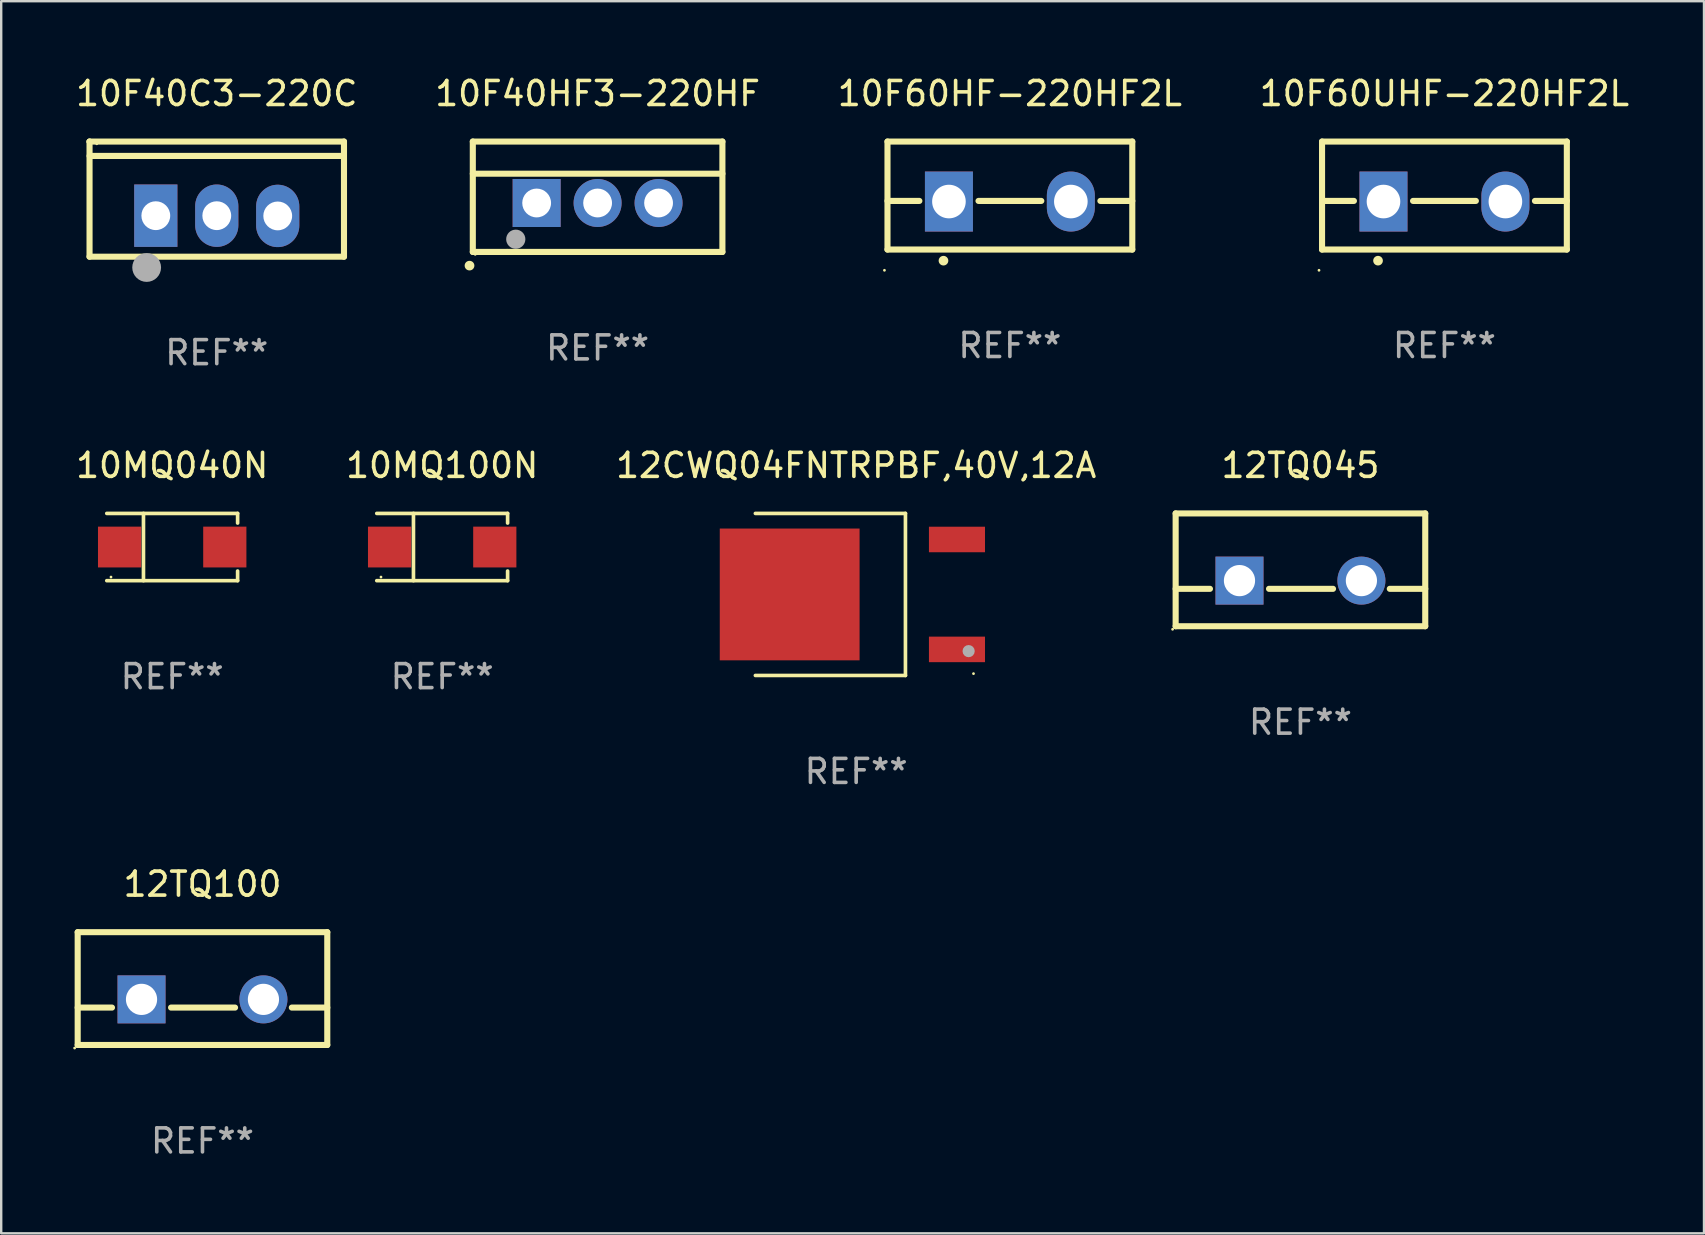
<source format=kicad_pcb>
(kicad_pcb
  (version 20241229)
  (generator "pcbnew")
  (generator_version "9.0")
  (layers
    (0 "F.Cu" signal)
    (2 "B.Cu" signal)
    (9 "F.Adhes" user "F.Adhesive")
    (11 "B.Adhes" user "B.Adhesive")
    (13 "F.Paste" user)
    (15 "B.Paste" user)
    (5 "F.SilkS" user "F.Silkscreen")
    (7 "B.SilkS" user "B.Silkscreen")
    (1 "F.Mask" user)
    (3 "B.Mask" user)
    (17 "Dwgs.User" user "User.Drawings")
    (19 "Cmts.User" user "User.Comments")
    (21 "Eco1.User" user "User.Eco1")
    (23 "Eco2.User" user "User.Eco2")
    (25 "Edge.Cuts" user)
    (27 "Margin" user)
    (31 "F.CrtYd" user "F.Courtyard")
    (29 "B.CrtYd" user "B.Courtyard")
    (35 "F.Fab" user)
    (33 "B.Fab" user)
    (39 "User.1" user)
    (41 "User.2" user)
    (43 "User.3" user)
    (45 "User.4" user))
  (footprint "10MQ100N"
    (layer "F.Cu")
    (at 15.375 19.744)
    (property "Reference" "10MQ100N" (at 0 -3.401 0) (layer "F.SilkS") (effects (font (size 1 1) (thickness 0.15))))
    (attr through_hole)
    (fp_line (start -2.726 -1.401) (end 2.726 -1.401) (stroke (width 0.152) (type solid)) (layer "F.SilkS"))
    (fp_line (start -2.726 1.401) (end 2.726 1.401) (stroke (width 0.152) (type solid)) (layer "F.SilkS"))
    (fp_line (start -1.197 -1.401) (end -1.197 1.401) (stroke (width 0.152) (type solid)) (layer "F.SilkS"))
    (fp_line (start 2.726 -1.401) (end 2.726 -1) (stroke (width 0.152) (type solid)) (layer "F.SilkS"))
    (fp_line (start 2.726 1.401) (end 2.726 1) (stroke (width 0.152) (type solid)) (layer "F.SilkS"))
    (fp_circle (center -2.55 1.25) (end -2.52 1.25) (stroke (width 0.06) (type solid)) (fill no) (layer "F.SilkS"))
    (fp_text user "REF**" (at 0 5.401 0) (layer "F.Fab") (effects (font (size 1 1) (thickness 0.15))))
    (pad "1" smd rect (at -2.192 0) (size 1.8 1.7) (layers "F.Cu" "F.Mask" "F.Paste"))
    (pad "2" smd rect (at 2.192 0) (size 1.8 1.7) (layers "F.Cu" "F.Mask" "F.Paste")))
  (footprint "10MQ040N"
    (layer "F.Cu")
    (at 4.125 19.744)
    (property "Reference" "10MQ040N" (at 0 -3.401 0) (layer "F.SilkS") (effects (font (size 1 1) (thickness 0.15))))
    (attr through_hole)
    (fp_line (start -2.726 -1.401) (end 2.726 -1.401) (stroke (width 0.152) (type solid)) (layer "F.SilkS"))
    (fp_line (start -2.726 1.401) (end 2.726 1.401) (stroke (width 0.152) (type solid)) (layer "F.SilkS"))
    (fp_line (start -1.197 -1.401) (end -1.197 1.401) (stroke (width 0.152) (type solid)) (layer "F.SilkS"))
    (fp_line (start 2.726 -1.401) (end 2.726 -1) (stroke (width 0.152) (type solid)) (layer "F.SilkS"))
    (fp_line (start 2.726 1.401) (end 2.726 1) (stroke (width 0.152) (type solid)) (layer "F.SilkS"))
    (fp_circle (center -2.55 1.25) (end -2.52 1.25) (stroke (width 0.06) (type solid)) (fill no) (layer "F.SilkS"))
    (fp_text user "REF**" (at 0 5.401 0) (layer "F.Fab") (effects (font (size 1 1) (thickness 0.15))))
    (pad "1" smd rect (at -2.192 0) (size 1.8 1.7) (layers "F.Cu" "F.Mask" "F.Paste"))
    (pad "2" smd rect (at 2.192 0) (size 1.8 1.7) (layers "F.Cu" "F.Mask" "F.Paste")))
  (footprint "10F40HF3-220HF"
    (layer "F.Cu")
    (at 21.851 5.148)
    (property "Reference" "10F40HF3-220HF" (at 0 -4.3 0) (layer "F.SilkS") (effects (font (size 1 1) (thickness 0.15))))
    (attr through_hole)
    (fp_line (start -5.2 -2.3) (end -5.2 2.3) (stroke (width 0.254) (type solid)) (layer "F.SilkS"))
    (fp_line (start -5.2 -0.961) (end 5.2 -0.961) (stroke (width 0.254) (type solid)) (layer "F.SilkS"))
    (fp_line (start -5.2 2.3) (end -3.768 2.3) (stroke (width 0.254) (type solid)) (layer "F.SilkS"))
    (fp_line (start -3.768 2.3) (end 5.2 2.3) (stroke (width 0.254) (type solid)) (layer "F.SilkS"))
    (fp_line (start 5.2 -2.3) (end -5.2 -2.3) (stroke (width 0.254) (type solid)) (layer "F.SilkS"))
    (fp_line (start 5.2 -2.3) (end 5.2 2.3) (stroke (width 0.254) (type solid)) (layer "F.SilkS"))
    (fp_arc (start -5.340005 2.870003) (mid -5.337465 2.869987) (end -5.334925 2.870003) (stroke (width 0.4) (type solid)) (layer "F.SilkS"))
    (fp_circle (center -5.1 2.4) (end -5.07 2.4) (stroke (width 0.06) (type solid)) (fill no) (layer "F.SilkS"))
    (fp_circle (center -3.41 1.77) (end -3.21 1.77) (stroke (width 0.4) (type solid)) (fill no) (layer "F.Fab"))
    (fp_text user "REF**" (at 0 6.3 0) (layer "F.Fab") (effects (font (size 1 1) (thickness 0.15))))
    (pad "1" thru_hole rect (at -2.54 0.26) (size 2 2) (drill 1.2) (layers "*.Cu" "*.Mask"))
    (pad "2" thru_hole circle (at 0 0.26) (size 2 2) (drill 1.2) (layers "*.Cu" "*.Mask"))
    (pad "3" thru_hole circle (at 2.54 0.26) (size 2 2) (drill 1.2) (layers "*.Cu" "*.Mask")))
  (footprint "12TQ100"
    (layer "F.Cu")
    (at 5.387 38.142)
    (property "Reference" "12TQ100" (at 0 -4.35 0) (layer "F.SilkS") (effects (font (size 1 1) (thickness 0.15))))
    (attr through_hole)
    (fp_line (start -5.2 -2.35) (end -5.2 2.35) (stroke (width 0.254) (type solid)) (layer "F.SilkS"))
    (fp_line (start -5.2 -2.35) (end 5.2 -2.35) (stroke (width 0.254) (type solid)) (layer "F.SilkS"))
    (fp_line (start -5.2 0.792) (end -3.771 0.792) (stroke (width 0.254) (type solid)) (layer "F.SilkS"))
    (fp_line (start -5.2 2.35) (end 5.2 2.35) (stroke (width 0.254) (type solid)) (layer "F.SilkS"))
    (fp_line (start -1.309 0.792) (end 1.357 0.792) (stroke (width 0.254) (type solid)) (layer "F.SilkS"))
    (fp_line (start 3.723 0.792) (end 5.2 0.792) (stroke (width 0.254) (type solid)) (layer "F.SilkS"))
    (fp_line (start 5.2 -2.35) (end 5.2 2.35) (stroke (width 0.254) (type solid)) (layer "F.SilkS"))
    (fp_circle (center -5.327 2.477) (end -5.297 2.477) (stroke (width 0.06) (type solid)) (fill no) (layer "F.SilkS"))
    (fp_text user "REF**" (at 0 6.35 0) (layer "F.Fab") (effects (font (size 1 1) (thickness 0.15))))
    (pad "1" thru_hole rect (at -2.54 0.45) (size 2 2) (drill 1.3) (layers "*.Cu" "*.Mask"))
    (pad "2" thru_hole circle (at 2.54 0.45) (size 2 2) (drill 1.3) (layers "*.Cu" "*.Mask")))
  (footprint "12TQ045"
    (layer "F.Cu")
    (at 51.137 20.693)
    (property "Reference" "12TQ045" (at 0 -4.35 0) (layer "F.SilkS") (effects (font (size 1 1) (thickness 0.15))))
    (attr through_hole)
    (fp_line (start -5.2 -2.35) (end -5.2 2.35) (stroke (width 0.254) (type solid)) (layer "F.SilkS"))
    (fp_line (start -5.2 -2.35) (end 5.2 -2.35) (stroke (width 0.254) (type solid)) (layer "F.SilkS"))
    (fp_line (start -5.2 0.792) (end -3.771 0.792) (stroke (width 0.254) (type solid)) (layer "F.SilkS"))
    (fp_line (start -5.2 2.35) (end 5.2 2.35) (stroke (width 0.254) (type solid)) (layer "F.SilkS"))
    (fp_line (start -1.309 0.792) (end 1.357 0.792) (stroke (width 0.254) (type solid)) (layer "F.SilkS"))
    (fp_line (start 3.723 0.792) (end 5.2 0.792) (stroke (width 0.254) (type solid)) (layer "F.SilkS"))
    (fp_line (start 5.2 -2.35) (end 5.2 2.35) (stroke (width 0.254) (type solid)) (layer "F.SilkS"))
    (fp_circle (center -5.327 2.477) (end -5.297 2.477) (stroke (width 0.06) (type solid)) (fill no) (layer "F.SilkS"))
    (fp_text user "REF**" (at 0 6.35 0) (layer "F.Fab") (effects (font (size 1 1) (thickness 0.15))))
    (pad "1" thru_hole rect (at -2.54 0.45) (size 2 2) (drill 1.3) (layers "*.Cu" "*.Mask"))
    (pad "2" thru_hole circle (at 2.54 0.45) (size 2 2) (drill 1.3) (layers "*.Cu" "*.Mask")))
  (footprint "10F60HF-220HF2L"
    (layer "F.Cu")
    (at 39.03 5.098)
    (property "Reference" "10F60HF-220HF2L" (at 0 -4.25 0) (layer "F.SilkS") (effects (font (size 1 1) (thickness 0.15))))
    (attr through_hole)
    (fp_line (start -5.1 -2.25) (end -5.1 2.25) (stroke (width 0.254) (type solid)) (layer "F.SilkS"))
    (fp_line (start -5.1 0.224) (end -3.772 0.224) (stroke (width 0.254) (type solid)) (layer "F.SilkS"))
    (fp_line (start -5.1 2.25) (end 5.1 2.25) (stroke (width 0.254) (type solid)) (layer "F.SilkS"))
    (fp_line (start -1.308 0.224) (end 1.309 0.224) (stroke (width 0.254) (type solid)) (layer "F.SilkS"))
    (fp_line (start 3.771 0.224) (end 5.1 0.224) (stroke (width 0.254) (type solid)) (layer "F.SilkS"))
    (fp_line (start 5.1 -2.25) (end -5.1 -2.25) (stroke (width 0.254) (type solid)) (layer "F.SilkS"))
    (fp_line (start 5.1 -2.25) (end 5.1 2.25) (stroke (width 0.254) (type solid)) (layer "F.SilkS"))
    (fp_arc (start -2.768606 2.713805) (mid -2.767336 2.713801) (end -2.766066 2.713805) (stroke (width 0.4) (type solid)) (layer "F.SilkS"))
    (fp_circle (center -5.227 3.114) (end -5.197 3.114) (stroke (width 0.06) (type solid)) (fill no) (layer "F.SilkS"))
    (fp_text user "REF**" (at 0 6.25 0) (layer "F.Fab") (effects (font (size 1 1) (thickness 0.15))))
    (pad "1" thru_hole rect (at -2.54 0.25) (size 2 2.5) (drill 1.4) (layers "*.Cu" "*.Mask"))
    (pad "3" thru_hole oval (at 2.54 0.25) (size 2 2.5) (drill 1.4) (layers "*.Cu" "*.Mask")))
  (footprint "10F60UHF-220HF2L"
    (layer "F.Cu")
    (at 57.137 5.098)
    (property "Reference" "10F60UHF-220HF2L" (at 0 -4.25 0) (layer "F.SilkS") (effects (font (size 1 1) (thickness 0.15))))
    (attr through_hole)
    (fp_line (start -5.1 -2.25) (end -5.1 2.25) (stroke (width 0.254) (type solid)) (layer "F.SilkS"))
    (fp_line (start -5.1 0.224) (end -3.772 0.224) (stroke (width 0.254) (type solid)) (layer "F.SilkS"))
    (fp_line (start -5.1 2.25) (end 5.1 2.25) (stroke (width 0.254) (type solid)) (layer "F.SilkS"))
    (fp_line (start -1.308 0.224) (end 1.309 0.224) (stroke (width 0.254) (type solid)) (layer "F.SilkS"))
    (fp_line (start 3.771 0.224) (end 5.1 0.224) (stroke (width 0.254) (type solid)) (layer "F.SilkS"))
    (fp_line (start 5.1 -2.25) (end -5.1 -2.25) (stroke (width 0.254) (type solid)) (layer "F.SilkS"))
    (fp_line (start 5.1 -2.25) (end 5.1 2.25) (stroke (width 0.254) (type solid)) (layer "F.SilkS"))
    (fp_arc (start -2.768606 2.713805) (mid -2.767336 2.713801) (end -2.766066 2.713805) (stroke (width 0.4) (type solid)) (layer "F.SilkS"))
    (fp_circle (center -5.227 3.114) (end -5.197 3.114) (stroke (width 0.06) (type solid)) (fill no) (layer "F.SilkS"))
    (fp_text user "REF**" (at 0 6.25 0) (layer "F.Fab") (effects (font (size 1 1) (thickness 0.15))))
    (pad "1" thru_hole rect (at -2.54 0.25) (size 2 2.5) (drill 1.4) (layers "*.Cu" "*.Mask"))
    (pad "3" thru_hole oval (at 2.54 0.25) (size 2 2.5) (drill 1.4) (layers "*.Cu" "*.Mask")))
  (footprint "12CWQ04FNTRPBF,40V,12A"
    (layer "F.Cu")
    (at 32.625 21.719)
    (property "Reference" "12CWQ04FNTRPBF,40V,12A" (at 0 -5.376 0) (layer "F.SilkS") (effects (font (size 1 1) (thickness 0.15))))
    (attr through_hole)
    (fp_line (start -4.2 -3.376) (end 2.053 -3.376) (stroke (width 0.152) (type solid)) (layer "F.SilkS"))
    (fp_line (start -4.2 3.376) (end 2.053 3.376) (stroke (width 0.152) (type solid)) (layer "F.SilkS"))
    (fp_line (start 2.053 3.376) (end 2.053 -3.376) (stroke (width 0.152) (type solid)) (layer "F.SilkS"))
    (fp_circle (center 4.889 3.3) (end 4.919 3.3) (stroke (width 0.06) (type solid)) (fill no) (layer "F.SilkS"))
    (fp_circle (center 4.686 2.362) (end 4.813 2.362) (stroke (width 0.254) (type solid)) (fill no) (layer "F.Fab"))
    (fp_text user "REF**" (at 0 7.376 0) (layer "F.Fab") (effects (font (size 1 1) (thickness 0.15))))
    (pad "1" smd rect (at 4.2 2.29) (size 2.336 1.064) (layers "F.Cu" "F.Mask" "F.Paste"))
    (pad "3" smd rect (at 4.2 -2.29) (size 2.336 1.064) (layers "F.Cu" "F.Mask" "F.Paste"))
    (pad "4" smd rect (at -2.771 0) (size 5.826 5.491) (layers "F.Cu" "F.Mask" "F.Paste")))
  (footprint "10F40C3-220C"
    (layer "F.Cu")
    (at 5.982 5.247)
    (property "Reference" "10F40C3-220C" (at 0 -4.399 0) (layer "F.SilkS") (effects (font (size 1 1) (thickness 0.15))))
    (attr through_hole)
    (fp_line (start -5.301 -2.399) (end 5.301 -2.399) (stroke (width 0.254) (type solid)) (layer "F.SilkS"))
    (fp_line (start -5.301 -2.394) (end -5.301 -2.399) (stroke (width 0.254) (type solid)) (layer "F.SilkS"))
    (fp_line (start -5.301 2.399) (end -5.301 -2.394) (stroke (width 0.254) (type solid)) (layer "F.SilkS"))
    (fp_line (start 5.3 -1.8) (end -5.3 -1.8) (stroke (width 0.254) (type solid)) (layer "F.SilkS"))
    (fp_line (start 5.301 -2.399) (end 5.301 2.399) (stroke (width 0.254) (type solid)) (layer "F.SilkS"))
    (fp_line (start 5.301 2.399) (end -5.301 2.399) (stroke (width 0.254) (type solid)) (layer "F.SilkS"))
    (fp_arc (start -2.769977 3.025032) (mid -2.768707 3.025028) (end -2.767437 3.025032) (stroke (width 0.4) (type solid)) (layer "F.SilkS"))
    (fp_circle (center -5 -2.305) (end -4.97 -2.305) (stroke (width 0.06) (type solid)) (fill no) (layer "F.SilkS"))
    (fp_circle (center -2.921 2.849) (end -2.621 2.849) (stroke (width 0.6) (type solid)) (fill no) (layer "F.Fab"))
    (fp_text user "REF**" (at 0 6.399 0) (layer "F.Fab") (effects (font (size 1 1) (thickness 0.15))))
    (pad "1" thru_hole rect (at -2.54 0.69) (size 1.8 2.6) (drill 1.2) (layers "*.Cu" "*.Mask"))
    (pad "2" thru_hole oval (at 0 0.69) (size 1.8 2.6) (drill 1.2) (layers "*.Cu" "*.Mask"))
    (pad "3" thru_hole oval (at 2.54 0.7) (size 1.8 2.6) (drill 1.2) (layers "*.Cu" "*.Mask")))
  (gr_rect
    (start -3 -3)
    (end 67.952 48.34)
    (stroke (width 0.1) (type default))
    (fill no)
    (layer "Edge.Cuts")))
</source>
